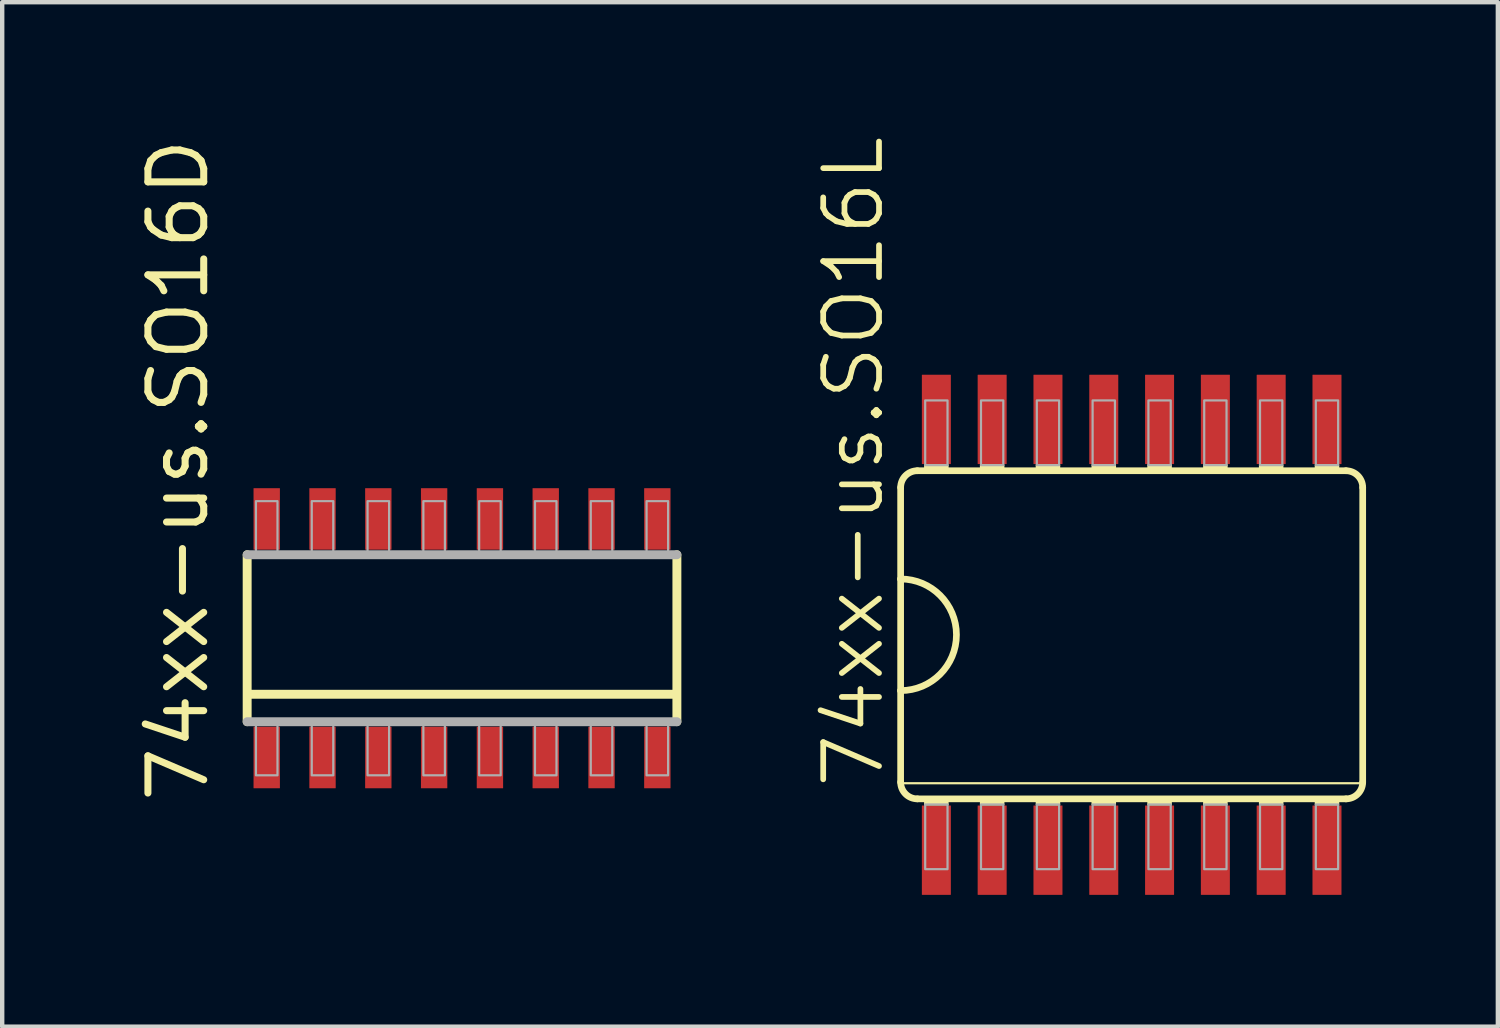
<source format=kicad_pcb>
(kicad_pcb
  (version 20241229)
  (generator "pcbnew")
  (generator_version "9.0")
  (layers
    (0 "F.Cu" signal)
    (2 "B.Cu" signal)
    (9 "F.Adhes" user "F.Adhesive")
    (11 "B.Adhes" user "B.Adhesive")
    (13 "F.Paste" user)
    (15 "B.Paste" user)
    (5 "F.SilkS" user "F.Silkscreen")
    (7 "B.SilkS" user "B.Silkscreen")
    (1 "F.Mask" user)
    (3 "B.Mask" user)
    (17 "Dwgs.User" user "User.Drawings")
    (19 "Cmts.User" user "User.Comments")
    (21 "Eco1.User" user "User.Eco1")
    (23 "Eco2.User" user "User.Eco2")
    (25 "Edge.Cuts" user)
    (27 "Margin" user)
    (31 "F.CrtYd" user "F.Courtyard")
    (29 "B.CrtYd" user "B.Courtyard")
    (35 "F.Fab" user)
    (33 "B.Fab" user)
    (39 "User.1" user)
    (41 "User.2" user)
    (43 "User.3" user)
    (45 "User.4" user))
  (footprint "74xx-us.SO16D"
    (layer "F.Cu")
    (at 7.465 11.475)
    (property "Reference" "74xx-us.SO16D" (at -5.715 3.81 90) (layer "F.SilkS") (effects (font (size 1.27 1.27) (thickness 0.16)) (justify left bottom)))
    (attr smd)
    (fp_line (start -4.89 1.9) (end -4.89 -1.9) (stroke (width 0.203) (type default)) (layer "F.SilkS"))
    (fp_line (start 4.84 1.275) (end -4.84 1.275) (stroke (width 0.203) (type default)) (layer "F.SilkS"))
    (fp_line (start 4.89 -1.9) (end 4.89 1.9) (stroke (width 0.203) (type default)) (layer "F.SilkS"))
    (fp_line (start -4.89 -1.9) (end 4.89 -1.9) (stroke (width 0.203) (type default)) (layer "F.Fab"))
    (fp_line (start 4.89 1.9) (end -4.89 1.9) (stroke (width 0.203) (type default)) (layer "F.Fab"))
    (fp_rect (start -4.69 -1.85) (end -4.2 -3.12) (stroke (width 0.05) (type default)) (fill no) (layer "F.Fab"))
    (fp_rect (start -4.69 3.12) (end -4.2 1.85) (stroke (width 0.05) (type default)) (fill no) (layer "F.Fab"))
    (fp_rect (start -3.42 -1.85) (end -2.93 -3.12) (stroke (width 0.05) (type default)) (fill no) (layer "F.Fab"))
    (fp_rect (start -3.42 3.12) (end -2.93 1.85) (stroke (width 0.05) (type default)) (fill no) (layer "F.Fab"))
    (fp_rect (start -2.15 -1.85) (end -1.66 -3.12) (stroke (width 0.05) (type default)) (fill no) (layer "F.Fab"))
    (fp_rect (start -2.15 3.12) (end -1.66 1.85) (stroke (width 0.05) (type default)) (fill no) (layer "F.Fab"))
    (fp_rect (start -0.88 -1.85) (end -0.39 -3.12) (stroke (width 0.05) (type default)) (fill no) (layer "F.Fab"))
    (fp_rect (start -0.88 3.12) (end -0.39 1.85) (stroke (width 0.05) (type default)) (fill no) (layer "F.Fab"))
    (fp_rect (start 0.39 -1.85) (end 0.88 -3.12) (stroke (width 0.05) (type default)) (fill no) (layer "F.Fab"))
    (fp_rect (start 0.39 3.12) (end 0.88 1.85) (stroke (width 0.05) (type default)) (fill no) (layer "F.Fab"))
    (fp_rect (start 1.66 -1.85) (end 2.15 -3.12) (stroke (width 0.05) (type default)) (fill no) (layer "F.Fab"))
    (fp_rect (start 1.66 3.12) (end 2.15 1.85) (stroke (width 0.05) (type default)) (fill no) (layer "F.Fab"))
    (fp_rect (start 2.93 -1.85) (end 3.42 -3.12) (stroke (width 0.05) (type default)) (fill no) (layer "F.Fab"))
    (fp_rect (start 2.93 3.12) (end 3.42 1.85) (stroke (width 0.05) (type default)) (fill no) (layer "F.Fab"))
    (fp_rect (start 4.2 -1.85) (end 4.69 -3.12) (stroke (width 0.05) (type default)) (fill no) (layer "F.Fab"))
    (fp_rect (start 4.2 3.12) (end 4.69 1.85) (stroke (width 0.05) (type default)) (fill no) (layer "F.Fab"))
    (pad "1" smd roundrect (at -4.445 2.715) (size 0.6 1.4) (layers "F.Cu" "F.Mask" "F.Paste") (roundrect_rratio 0.01))
    (pad "2" smd roundrect (at -3.175 2.715) (size 0.6 1.4) (layers "F.Cu" "F.Mask" "F.Paste") (roundrect_rratio 0.01))
    (pad "3" smd roundrect (at -1.905 2.715) (size 0.6 1.4) (layers "F.Cu" "F.Mask" "F.Paste") (roundrect_rratio 0.01))
    (pad "4" smd roundrect (at -0.635 2.715) (size 0.6 1.4) (layers "F.Cu" "F.Mask" "F.Paste") (roundrect_rratio 0.01))
    (pad "5" smd roundrect (at 0.635 2.715) (size 0.6 1.4) (layers "F.Cu" "F.Mask" "F.Paste") (roundrect_rratio 0.01))
    (pad "6" smd roundrect (at 1.905 2.715) (size 0.6 1.4) (layers "F.Cu" "F.Mask" "F.Paste") (roundrect_rratio 0.01))
    (pad "7" smd roundrect (at 3.175 2.715) (size 0.6 1.4) (layers "F.Cu" "F.Mask" "F.Paste") (roundrect_rratio 0.01))
    (pad "8" smd roundrect (at 4.445 2.715) (size 0.6 1.4) (layers "F.Cu" "F.Mask" "F.Paste") (roundrect_rratio 0.01))
    (pad "9" smd roundrect (at 4.445 -2.715 180) (size 0.6 1.4) (layers "F.Cu" "F.Mask" "F.Paste") (roundrect_rratio 0.01))
    (pad "10" smd roundrect (at 3.175 -2.715 180) (size 0.6 1.4) (layers "F.Cu" "F.Mask" "F.Paste") (roundrect_rratio 0.01))
    (pad "11" smd roundrect (at 1.905 -2.715 180) (size 0.6 1.4) (layers "F.Cu" "F.Mask" "F.Paste") (roundrect_rratio 0.01))
    (pad "12" smd roundrect (at 0.635 -2.715 180) (size 0.6 1.4) (layers "F.Cu" "F.Mask" "F.Paste") (roundrect_rratio 0.01))
    (pad "13" smd roundrect (at -0.635 -2.715 180) (size 0.6 1.4) (layers "F.Cu" "F.Mask" "F.Paste") (roundrect_rratio 0.01))
    (pad "14" smd roundrect (at -1.905 -2.715 180) (size 0.6 1.4) (layers "F.Cu" "F.Mask" "F.Paste") (roundrect_rratio 0.01))
    (pad "15" smd roundrect (at -3.175 -2.715 180) (size 0.6 1.4) (layers "F.Cu" "F.Mask" "F.Paste") (roundrect_rratio 0.01))
    (pad "16" smd roundrect (at -4.445 -2.715 180) (size 0.6 1.4) (layers "F.Cu" "F.Mask" "F.Paste") (roundrect_rratio 0.01)))
  (footprint "74xx-us.SO16L"
    (layer "F.Cu")
    (at 22.705 11.397)
    (property "Reference" "74xx-us.SO16L" (at -5.588 3.556 90) (layer "F.SilkS") (effects (font (size 1.27 1.27) (thickness 0.13)) (justify left bottom)))
    (attr smd)
    (fp_line (start -5.258 -3.353) (end -5.258 -1.27) (stroke (width 0.152) (type default)) (layer "F.SilkS"))
    (fp_line (start -5.258 -1.27) (end -5.258 1.27) (stroke (width 0.152) (type default)) (layer "F.SilkS"))
    (fp_line (start -5.258 1.27) (end -5.258 3.353) (stroke (width 0.152) (type default)) (layer "F.SilkS"))
    (fp_line (start -5.207 3.378) (end 5.232 3.378) (stroke (width 0.051) (type default)) (layer "F.SilkS"))
    (fp_line (start -4.877 3.734) (end 4.877 3.734) (stroke (width 0.152) (type default)) (layer "F.SilkS"))
    (fp_line (start 4.877 -3.734) (end -4.877 -3.734) (stroke (width 0.152) (type default)) (layer "F.SilkS"))
    (fp_line (start 5.258 3.353) (end 5.258 -3.353) (stroke (width 0.152) (type default)) (layer "F.SilkS"))
    (fp_rect (start -4.699 -3.734) (end -4.191 -3.861) (stroke (width 0.05) (type default)) (fill yes) (layer "F.SilkS"))
    (fp_rect (start -4.699 3.861) (end -4.191 3.734) (stroke (width 0.05) (type default)) (fill yes) (layer "F.SilkS"))
    (fp_rect (start -3.429 -3.734) (end -2.921 -3.861) (stroke (width 0.05) (type default)) (fill yes) (layer "F.SilkS"))
    (fp_rect (start -3.429 3.861) (end -2.921 3.734) (stroke (width 0.05) (type default)) (fill yes) (layer "F.SilkS"))
    (fp_rect (start -2.159 -3.734) (end -1.651 -3.861) (stroke (width 0.05) (type default)) (fill yes) (layer "F.SilkS"))
    (fp_rect (start -2.159 3.861) (end -1.651 3.734) (stroke (width 0.05) (type default)) (fill yes) (layer "F.SilkS"))
    (fp_rect (start -0.889 -3.734) (end -0.381 -3.861) (stroke (width 0.05) (type default)) (fill yes) (layer "F.SilkS"))
    (fp_rect (start -0.889 3.861) (end -0.381 3.734) (stroke (width 0.05) (type default)) (fill yes) (layer "F.SilkS"))
    (fp_rect (start 0.381 -3.734) (end 0.889 -3.861) (stroke (width 0.05) (type default)) (fill yes) (layer "F.SilkS"))
    (fp_rect (start 0.381 3.861) (end 0.889 3.734) (stroke (width 0.05) (type default)) (fill yes) (layer "F.SilkS"))
    (fp_rect (start 1.651 -3.734) (end 2.159 -3.861) (stroke (width 0.05) (type default)) (fill yes) (layer "F.SilkS"))
    (fp_rect (start 1.651 3.861) (end 2.159 3.734) (stroke (width 0.05) (type default)) (fill yes) (layer "F.SilkS"))
    (fp_rect (start 2.921 -3.734) (end 3.429 -3.861) (stroke (width 0.05) (type default)) (fill yes) (layer "F.SilkS"))
    (fp_rect (start 2.921 3.861) (end 3.429 3.734) (stroke (width 0.05) (type default)) (fill yes) (layer "F.SilkS"))
    (fp_rect (start 4.191 -3.734) (end 4.699 -3.861) (stroke (width 0.05) (type default)) (fill yes) (layer "F.SilkS"))
    (fp_rect (start 4.191 3.861) (end 4.699 3.734) (stroke (width 0.05) (type default)) (fill yes) (layer "F.SilkS"))
    (fp_arc (start -5.2578 -3.3528) (mid -5.146208 -3.622208) (end -4.8768 -3.7338) (stroke (width 0.1524) (type default)) (layer "F.SilkS"))
    (fp_arc (start -5.2578 -1.27) (mid -3.9878 0) (end -5.2578 1.27) (stroke (width 0.1524) (type default)) (layer "F.SilkS"))
    (fp_arc (start -4.8768 3.7338) (mid -5.146208 3.622208) (end -5.2578 3.3528) (stroke (width 0.1524) (type default)) (layer "F.SilkS"))
    (fp_arc (start 4.8768 -3.7338) (mid 5.146208 -3.622208) (end 5.2578 -3.3528) (stroke (width 0.1524) (type default)) (layer "F.SilkS"))
    (fp_arc (start 5.2578 3.3528) (mid 5.146208 3.622208) (end 4.8768 3.7338) (stroke (width 0.1524) (type default)) (layer "F.SilkS"))
    (fp_rect (start -4.699 -3.861) (end -4.191 -5.334) (stroke (width 0.05) (type default)) (fill no) (layer "F.Fab"))
    (fp_rect (start -4.699 5.334) (end -4.191 3.861) (stroke (width 0.05) (type default)) (fill no) (layer "F.Fab"))
    (fp_rect (start -3.429 -3.861) (end -2.921 -5.334) (stroke (width 0.05) (type default)) (fill no) (layer "F.Fab"))
    (fp_rect (start -3.429 5.334) (end -2.921 3.861) (stroke (width 0.05) (type default)) (fill no) (layer "F.Fab"))
    (fp_rect (start -2.159 -3.861) (end -1.651 -5.334) (stroke (width 0.05) (type default)) (fill no) (layer "F.Fab"))
    (fp_rect (start -2.159 5.334) (end -1.651 3.861) (stroke (width 0.05) (type default)) (fill no) (layer "F.Fab"))
    (fp_rect (start -0.889 -3.861) (end -0.381 -5.334) (stroke (width 0.05) (type default)) (fill no) (layer "F.Fab"))
    (fp_rect (start -0.889 5.334) (end -0.381 3.861) (stroke (width 0.05) (type default)) (fill no) (layer "F.Fab"))
    (fp_rect (start 0.381 -3.861) (end 0.889 -5.334) (stroke (width 0.05) (type default)) (fill no) (layer "F.Fab"))
    (fp_rect (start 0.381 5.334) (end 0.889 3.861) (stroke (width 0.05) (type default)) (fill no) (layer "F.Fab"))
    (fp_rect (start 1.651 -3.861) (end 2.159 -5.334) (stroke (width 0.05) (type default)) (fill no) (layer "F.Fab"))
    (fp_rect (start 1.651 5.334) (end 2.159 3.861) (stroke (width 0.05) (type default)) (fill no) (layer "F.Fab"))
    (fp_rect (start 2.921 -3.861) (end 3.429 -5.334) (stroke (width 0.05) (type default)) (fill no) (layer "F.Fab"))
    (fp_rect (start 2.921 5.334) (end 3.429 3.861) (stroke (width 0.05) (type default)) (fill no) (layer "F.Fab"))
    (fp_rect (start 4.191 -3.861) (end 4.699 -5.334) (stroke (width 0.05) (type default)) (fill no) (layer "F.Fab"))
    (fp_rect (start 4.191 5.334) (end 4.699 3.861) (stroke (width 0.05) (type default)) (fill no) (layer "F.Fab"))
    (pad "1" smd roundrect (at -4.445 4.902) (size 0.66 2.032) (layers "F.Cu" "F.Mask" "F.Paste") (roundrect_rratio 0.01))
    (pad "2" smd roundrect (at -3.175 4.902) (size 0.66 2.032) (layers "F.Cu" "F.Mask" "F.Paste") (roundrect_rratio 0.01))
    (pad "3" smd roundrect (at -1.905 4.902) (size 0.66 2.032) (layers "F.Cu" "F.Mask" "F.Paste") (roundrect_rratio 0.01))
    (pad "4" smd roundrect (at -0.635 4.902) (size 0.66 2.032) (layers "F.Cu" "F.Mask" "F.Paste") (roundrect_rratio 0.01))
    (pad "5" smd roundrect (at 0.635 4.902) (size 0.66 2.032) (layers "F.Cu" "F.Mask" "F.Paste") (roundrect_rratio 0.01))
    (pad "6" smd roundrect (at 1.905 4.902) (size 0.66 2.032) (layers "F.Cu" "F.Mask" "F.Paste") (roundrect_rratio 0.01))
    (pad "7" smd roundrect (at 3.175 4.902) (size 0.66 2.032) (layers "F.Cu" "F.Mask" "F.Paste") (roundrect_rratio 0.01))
    (pad "8" smd roundrect (at 4.445 4.902) (size 0.66 2.032) (layers "F.Cu" "F.Mask" "F.Paste") (roundrect_rratio 0.01))
    (pad "9" smd roundrect (at 4.445 -4.902) (size 0.66 2.032) (layers "F.Cu" "F.Mask" "F.Paste") (roundrect_rratio 0.01))
    (pad "10" smd roundrect (at 3.175 -4.902) (size 0.66 2.032) (layers "F.Cu" "F.Mask" "F.Paste") (roundrect_rratio 0.01))
    (pad "11" smd roundrect (at 1.905 -4.902) (size 0.66 2.032) (layers "F.Cu" "F.Mask" "F.Paste") (roundrect_rratio 0.01))
    (pad "12" smd roundrect (at 0.635 -4.902) (size 0.66 2.032) (layers "F.Cu" "F.Mask" "F.Paste") (roundrect_rratio 0.01))
    (pad "13" smd roundrect (at -0.635 -4.902) (size 0.66 2.032) (layers "F.Cu" "F.Mask" "F.Paste") (roundrect_rratio 0.01))
    (pad "14" smd roundrect (at -1.905 -4.902) (size 0.66 2.032) (layers "F.Cu" "F.Mask" "F.Paste") (roundrect_rratio 0.01))
    (pad "15" smd roundrect (at -3.175 -4.902) (size 0.66 2.032) (layers "F.Cu" "F.Mask" "F.Paste") (roundrect_rratio 0.01))
    (pad "16" smd roundrect (at -4.445 -4.902) (size 0.66 2.032) (layers "F.Cu" "F.Mask" "F.Paste") (roundrect_rratio 0.01)))
  (gr_rect
    (start -3 -3)
    (end 31.039 20.315)
    (stroke (width 0.1) (type default))
    (fill no)
    (layer "Edge.Cuts")))
</source>
